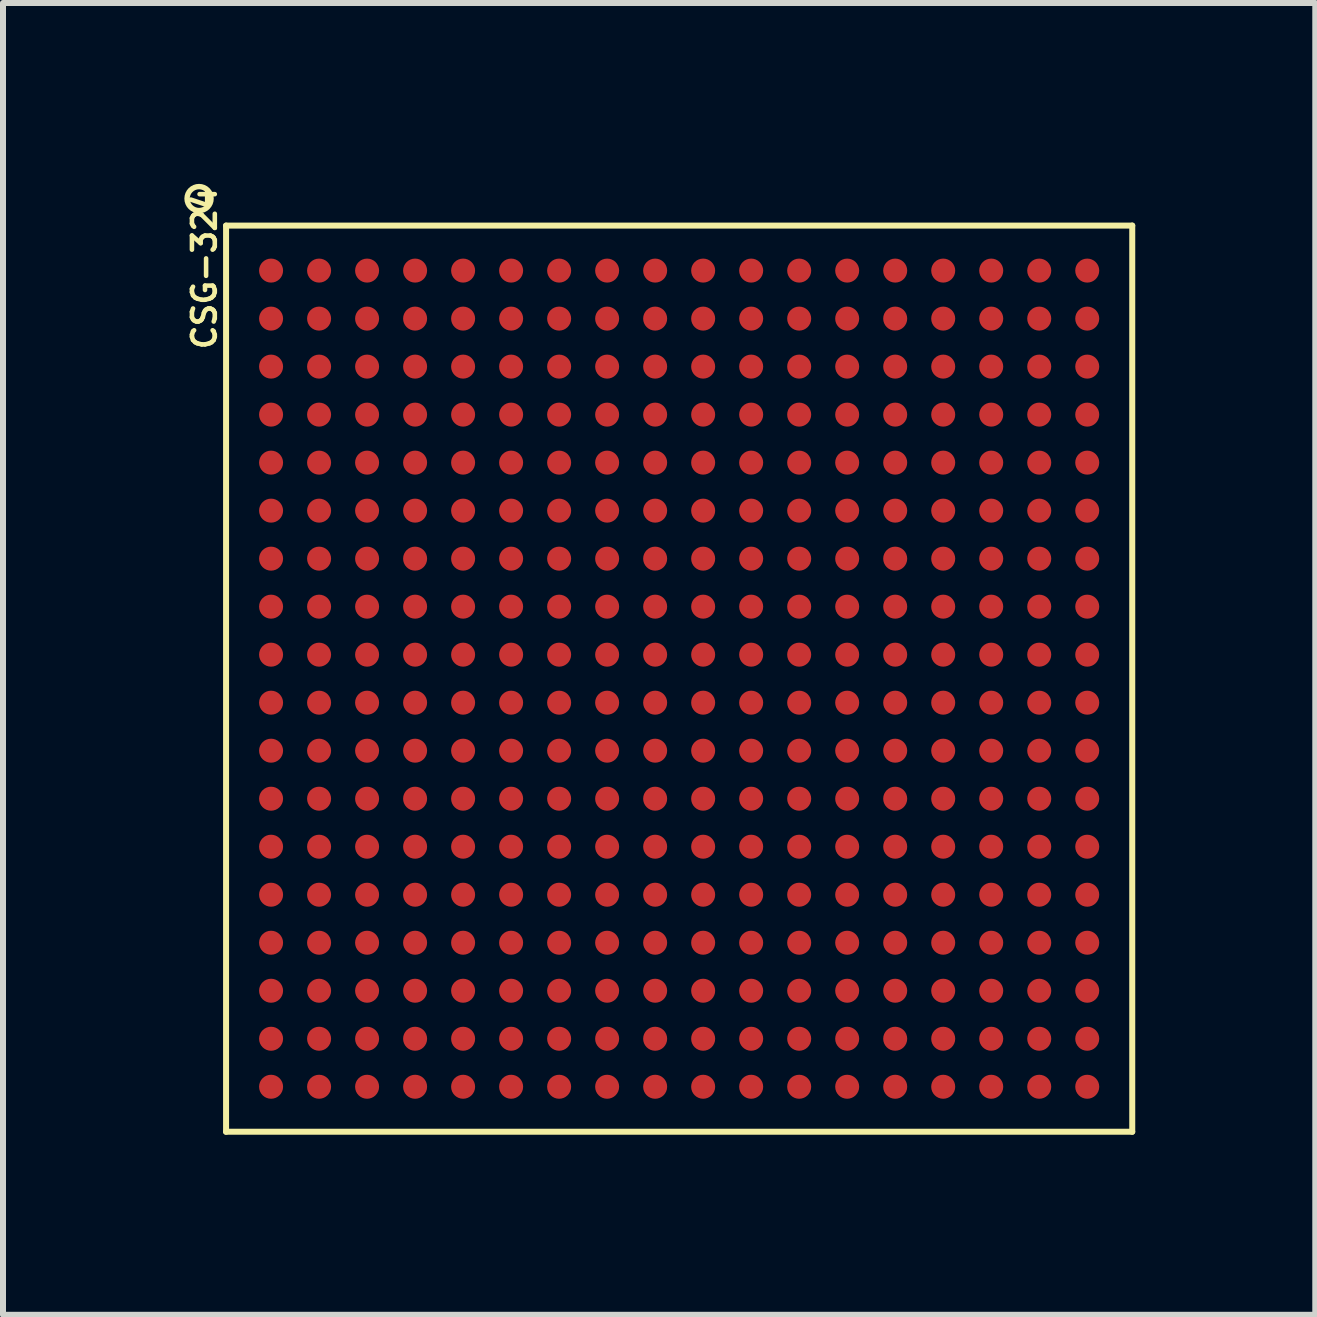
<source format=kicad_pcb>
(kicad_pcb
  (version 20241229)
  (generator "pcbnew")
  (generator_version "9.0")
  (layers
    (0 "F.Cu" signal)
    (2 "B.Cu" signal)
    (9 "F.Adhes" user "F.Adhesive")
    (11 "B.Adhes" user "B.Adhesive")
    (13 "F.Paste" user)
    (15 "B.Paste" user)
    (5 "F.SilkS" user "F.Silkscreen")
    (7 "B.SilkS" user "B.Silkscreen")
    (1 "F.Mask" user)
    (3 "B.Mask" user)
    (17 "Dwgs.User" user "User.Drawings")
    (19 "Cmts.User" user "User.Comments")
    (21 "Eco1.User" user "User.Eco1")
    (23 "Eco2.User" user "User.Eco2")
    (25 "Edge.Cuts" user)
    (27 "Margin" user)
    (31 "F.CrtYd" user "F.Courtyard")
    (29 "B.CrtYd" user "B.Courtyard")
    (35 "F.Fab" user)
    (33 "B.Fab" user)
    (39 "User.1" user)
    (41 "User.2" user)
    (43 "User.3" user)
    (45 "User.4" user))
  (footprint "CSG-324"
    (layer "F.Cu")
    (at 8.267 8.259)
    (property "Reference" "CSG-324" (at -7.91 -6.84 270) (layer "F.SilkS") (effects (font (size 0.381 0.381) (thickness 0.076))))
    (attr smd)
    (fp_line (start -7.55 -7.55) (end -7.55 7.55) (stroke (width 0.1) (type solid)) (layer "F.SilkS"))
    (fp_line (start -7.55 7.55) (end 7.55 7.55) (stroke (width 0.1) (type solid)) (layer "F.SilkS"))
    (fp_line (start 7.55 -7.55) (end -7.55 -7.55) (stroke (width 0.1) (type solid)) (layer "F.SilkS"))
    (fp_line (start 7.55 7.55) (end 7.55 -7.55) (stroke (width 0.1) (type solid)) (layer "F.SilkS"))
    (fp_circle (center -8 -8) (end -8.2 -8) (stroke (width 0.09) (type solid)) (fill no) (layer "F.SilkS"))
    (pad "A1" smd circle (at -6.8 -6.8) (size 0.4 0.4) (layers "F.Cu" "F.Mask" "F.Paste"))
    (pad "A2" smd circle (at -6 -6.8) (size 0.4 0.4) (layers "F.Cu" "F.Mask" "F.Paste"))
    (pad "A3" smd circle (at -5.2 -6.8) (size 0.4 0.4) (layers "F.Cu" "F.Mask" "F.Paste"))
    (pad "A4" smd circle (at -4.4 -6.8) (size 0.4 0.4) (layers "F.Cu" "F.Mask" "F.Paste"))
    (pad "A5" smd circle (at -3.6 -6.8) (size 0.4 0.4) (layers "F.Cu" "F.Mask" "F.Paste"))
    (pad "A6" smd circle (at -2.8 -6.8) (size 0.4 0.4) (layers "F.Cu" "F.Mask" "F.Paste"))
    (pad "A7" smd circle (at -2 -6.8) (size 0.4 0.4) (layers "F.Cu" "F.Mask" "F.Paste"))
    (pad "A8" smd circle (at -1.2 -6.8) (size 0.4 0.4) (layers "F.Cu" "F.Mask" "F.Paste"))
    (pad "A9" smd circle (at -0.4 -6.8) (size 0.4 0.4) (layers "F.Cu" "F.Mask" "F.Paste"))
    (pad "A10" smd circle (at 0.4 -6.8) (size 0.4 0.4) (layers "F.Cu" "F.Mask" "F.Paste"))
    (pad "A11" smd circle (at 1.2 -6.8) (size 0.4 0.4) (layers "F.Cu" "F.Mask" "F.Paste"))
    (pad "A12" smd circle (at 2 -6.8) (size 0.4 0.4) (layers "F.Cu" "F.Mask" "F.Paste"))
    (pad "A13" smd circle (at 2.8 -6.8) (size 0.4 0.4) (layers "F.Cu" "F.Mask" "F.Paste"))
    (pad "A14" smd circle (at 3.6 -6.8) (size 0.4 0.4) (layers "F.Cu" "F.Mask" "F.Paste"))
    (pad "A15" smd circle (at 4.4 -6.8) (size 0.4 0.4) (layers "F.Cu" "F.Mask" "F.Paste"))
    (pad "A16" smd circle (at 5.2 -6.8) (size 0.4 0.4) (layers "F.Cu" "F.Mask" "F.Paste"))
    (pad "A17" smd circle (at 6 -6.8) (size 0.4 0.4) (layers "F.Cu" "F.Mask" "F.Paste"))
    (pad "A18" smd circle (at 6.8 -6.8) (size 0.4 0.4) (layers "F.Cu" "F.Mask" "F.Paste"))
    (pad "B1" smd circle (at -6.8 -6) (size 0.4 0.4) (layers "F.Cu" "F.Mask" "F.Paste"))
    (pad "B2" smd circle (at -6 -6) (size 0.4 0.4) (layers "F.Cu" "F.Mask" "F.Paste"))
    (pad "B3" smd circle (at -5.2 -6) (size 0.4 0.4) (layers "F.Cu" "F.Mask" "F.Paste"))
    (pad "B4" smd circle (at -4.4 -6) (size 0.4 0.4) (layers "F.Cu" "F.Mask" "F.Paste"))
    (pad "B5" smd circle (at -3.6 -6) (size 0.4 0.4) (layers "F.Cu" "F.Mask" "F.Paste"))
    (pad "B6" smd circle (at -2.8 -6) (size 0.4 0.4) (layers "F.Cu" "F.Mask" "F.Paste"))
    (pad "B7" smd circle (at -2 -6) (size 0.4 0.4) (layers "F.Cu" "F.Mask" "F.Paste"))
    (pad "B8" smd circle (at -1.2 -6) (size 0.4 0.4) (layers "F.Cu" "F.Mask" "F.Paste"))
    (pad "B9" smd circle (at -0.4 -6) (size 0.4 0.4) (layers "F.Cu" "F.Mask" "F.Paste"))
    (pad "B10" smd circle (at 0.4 -6) (size 0.4 0.4) (layers "F.Cu" "F.Mask" "F.Paste"))
    (pad "B11" smd circle (at 1.2 -6) (size 0.4 0.4) (layers "F.Cu" "F.Mask" "F.Paste"))
    (pad "B12" smd circle (at 2 -6) (size 0.4 0.4) (layers "F.Cu" "F.Mask" "F.Paste"))
    (pad "B13" smd circle (at 2.8 -6) (size 0.4 0.4) (layers "F.Cu" "F.Mask" "F.Paste"))
    (pad "B14" smd circle (at 3.6 -6) (size 0.4 0.4) (layers "F.Cu" "F.Mask" "F.Paste"))
    (pad "B15" smd circle (at 4.4 -6) (size 0.4 0.4) (layers "F.Cu" "F.Mask" "F.Paste"))
    (pad "B16" smd circle (at 5.2 -6) (size 0.4 0.4) (layers "F.Cu" "F.Mask" "F.Paste"))
    (pad "B17" smd circle (at 6 -6) (size 0.4 0.4) (layers "F.Cu" "F.Mask" "F.Paste"))
    (pad "B18" smd circle (at 6.8 -6) (size 0.4 0.4) (layers "F.Cu" "F.Mask" "F.Paste"))
    (pad "C1" smd circle (at -6.8 -5.2) (size 0.4 0.4) (layers "F.Cu" "F.Mask" "F.Paste"))
    (pad "C2" smd circle (at -6 -5.2) (size 0.4 0.4) (layers "F.Cu" "F.Mask" "F.Paste"))
    (pad "C3" smd circle (at -5.2 -5.2) (size 0.4 0.4) (layers "F.Cu" "F.Mask" "F.Paste"))
    (pad "C4" smd circle (at -4.4 -5.2) (size 0.4 0.4) (layers "F.Cu" "F.Mask" "F.Paste"))
    (pad "C5" smd circle (at -3.6 -5.2) (size 0.4 0.4) (layers "F.Cu" "F.Mask" "F.Paste"))
    (pad "C6" smd circle (at -2.8 -5.2) (size 0.4 0.4) (layers "F.Cu" "F.Mask" "F.Paste"))
    (pad "C7" smd circle (at -2 -5.2) (size 0.4 0.4) (layers "F.Cu" "F.Mask" "F.Paste"))
    (pad "C8" smd circle (at -1.2 -5.2) (size 0.4 0.4) (layers "F.Cu" "F.Mask" "F.Paste"))
    (pad "C9" smd circle (at -0.4 -5.2) (size 0.4 0.4) (layers "F.Cu" "F.Mask" "F.Paste"))
    (pad "C10" smd circle (at 0.4 -5.2) (size 0.4 0.4) (layers "F.Cu" "F.Mask" "F.Paste"))
    (pad "C11" smd circle (at 1.2 -5.2) (size 0.4 0.4) (layers "F.Cu" "F.Mask" "F.Paste"))
    (pad "C12" smd circle (at 2 -5.2) (size 0.4 0.4) (layers "F.Cu" "F.Mask" "F.Paste"))
    (pad "C13" smd circle (at 2.8 -5.2) (size 0.4 0.4) (layers "F.Cu" "F.Mask" "F.Paste"))
    (pad "C14" smd circle (at 3.6 -5.2) (size 0.4 0.4) (layers "F.Cu" "F.Mask" "F.Paste"))
    (pad "C15" smd circle (at 4.4 -5.2) (size 0.4 0.4) (layers "F.Cu" "F.Mask" "F.Paste"))
    (pad "C16" smd circle (at 5.2 -5.2) (size 0.4 0.4) (layers "F.Cu" "F.Mask" "F.Paste"))
    (pad "C17" smd circle (at 6 -5.2) (size 0.4 0.4) (layers "F.Cu" "F.Mask" "F.Paste"))
    (pad "C18" smd circle (at 6.8 -5.2) (size 0.4 0.4) (layers "F.Cu" "F.Mask" "F.Paste"))
    (pad "D1" smd circle (at -6.8 -4.4) (size 0.4 0.4) (layers "F.Cu" "F.Mask" "F.Paste"))
    (pad "D2" smd circle (at -6 -4.4) (size 0.4 0.4) (layers "F.Cu" "F.Mask" "F.Paste"))
    (pad "D3" smd circle (at -5.2 -4.4) (size 0.4 0.4) (layers "F.Cu" "F.Mask" "F.Paste"))
    (pad "D4" smd circle (at -4.4 -4.4) (size 0.4 0.4) (layers "F.Cu" "F.Mask" "F.Paste"))
    (pad "D5" smd circle (at -3.6 -4.4) (size 0.4 0.4) (layers "F.Cu" "F.Mask" "F.Paste"))
    (pad "D6" smd circle (at -2.8 -4.4) (size 0.4 0.4) (layers "F.Cu" "F.Mask" "F.Paste"))
    (pad "D7" smd circle (at -2 -4.4) (size 0.4 0.4) (layers "F.Cu" "F.Mask" "F.Paste"))
    (pad "D8" smd circle (at -1.2 -4.4) (size 0.4 0.4) (layers "F.Cu" "F.Mask" "F.Paste"))
    (pad "D9" smd circle (at -0.4 -4.4) (size 0.4 0.4) (layers "F.Cu" "F.Mask" "F.Paste"))
    (pad "D10" smd circle (at 0.4 -4.4) (size 0.4 0.4) (layers "F.Cu" "F.Mask" "F.Paste"))
    (pad "D11" smd circle (at 1.2 -4.4) (size 0.4 0.4) (layers "F.Cu" "F.Mask" "F.Paste"))
    (pad "D12" smd circle (at 2 -4.4) (size 0.4 0.4) (layers "F.Cu" "F.Mask" "F.Paste"))
    (pad "D13" smd circle (at 2.8 -4.4) (size 0.4 0.4) (layers "F.Cu" "F.Mask" "F.Paste"))
    (pad "D14" smd circle (at 3.6 -4.4) (size 0.4 0.4) (layers "F.Cu" "F.Mask" "F.Paste"))
    (pad "D15" smd circle (at 4.4 -4.4) (size 0.4 0.4) (layers "F.Cu" "F.Mask" "F.Paste"))
    (pad "D16" smd circle (at 5.2 -4.4) (size 0.4 0.4) (layers "F.Cu" "F.Mask" "F.Paste"))
    (pad "D17" smd circle (at 6 -4.4) (size 0.4 0.4) (layers "F.Cu" "F.Mask" "F.Paste"))
    (pad "D18" smd circle (at 6.8 -4.4) (size 0.4 0.4) (layers "F.Cu" "F.Mask" "F.Paste"))
    (pad "E1" smd circle (at -6.8 -3.6) (size 0.4 0.4) (layers "F.Cu" "F.Mask" "F.Paste"))
    (pad "E2" smd circle (at -6 -3.6) (size 0.4 0.4) (layers "F.Cu" "F.Mask" "F.Paste"))
    (pad "E3" smd circle (at -5.2 -3.6) (size 0.4 0.4) (layers "F.Cu" "F.Mask" "F.Paste"))
    (pad "E4" smd circle (at -4.4 -3.6) (size 0.4 0.4) (layers "F.Cu" "F.Mask" "F.Paste"))
    (pad "E5" smd circle (at -3.6 -3.6) (size 0.4 0.4) (layers "F.Cu" "F.Mask" "F.Paste"))
    (pad "E6" smd circle (at -2.8 -3.6) (size 0.4 0.4) (layers "F.Cu" "F.Mask" "F.Paste"))
    (pad "E7" smd circle (at -2 -3.6) (size 0.4 0.4) (layers "F.Cu" "F.Mask" "F.Paste"))
    (pad "E8" smd circle (at -1.2 -3.6) (size 0.4 0.4) (layers "F.Cu" "F.Mask" "F.Paste"))
    (pad "E9" smd circle (at -0.4 -3.6) (size 0.4 0.4) (layers "F.Cu" "F.Mask" "F.Paste"))
    (pad "E10" smd circle (at 0.4 -3.6) (size 0.4 0.4) (layers "F.Cu" "F.Mask" "F.Paste"))
    (pad "E11" smd circle (at 1.2 -3.6) (size 0.4 0.4) (layers "F.Cu" "F.Mask" "F.Paste"))
    (pad "E12" smd circle (at 2 -3.6) (size 0.4 0.4) (layers "F.Cu" "F.Mask" "F.Paste"))
    (pad "E13" smd circle (at 2.8 -3.6) (size 0.4 0.4) (layers "F.Cu" "F.Mask" "F.Paste"))
    (pad "E14" smd circle (at 3.6 -3.6) (size 0.4 0.4) (layers "F.Cu" "F.Mask" "F.Paste"))
    (pad "E15" smd circle (at 4.4 -3.6) (size 0.4 0.4) (layers "F.Cu" "F.Mask" "F.Paste"))
    (pad "E16" smd circle (at 5.2 -3.6) (size 0.4 0.4) (layers "F.Cu" "F.Mask" "F.Paste"))
    (pad "E17" smd circle (at 6 -3.6) (size 0.4 0.4) (layers "F.Cu" "F.Mask" "F.Paste"))
    (pad "E18" smd circle (at 6.8 -3.6) (size 0.4 0.4) (layers "F.Cu" "F.Mask" "F.Paste"))
    (pad "F1" smd circle (at -6.8 -2.8) (size 0.4 0.4) (layers "F.Cu" "F.Mask" "F.Paste"))
    (pad "F2" smd circle (at -6 -2.8) (size 0.4 0.4) (layers "F.Cu" "F.Mask" "F.Paste"))
    (pad "F3" smd circle (at -5.2 -2.8) (size 0.4 0.4) (layers "F.Cu" "F.Mask" "F.Paste"))
    (pad "F4" smd circle (at -4.4 -2.8) (size 0.4 0.4) (layers "F.Cu" "F.Mask" "F.Paste"))
    (pad "F5" smd circle (at -3.6 -2.8) (size 0.4 0.4) (layers "F.Cu" "F.Mask" "F.Paste"))
    (pad "F6" smd circle (at -2.8 -2.8) (size 0.4 0.4) (layers "F.Cu" "F.Mask" "F.Paste"))
    (pad "F7" smd circle (at -2 -2.8) (size 0.4 0.4) (layers "F.Cu" "F.Mask" "F.Paste"))
    (pad "F8" smd circle (at -1.2 -2.8) (size 0.4 0.4) (layers "F.Cu" "F.Mask" "F.Paste"))
    (pad "F9" smd circle (at -0.4 -2.8) (size 0.4 0.4) (layers "F.Cu" "F.Mask" "F.Paste"))
    (pad "F10" smd circle (at 0.4 -2.8) (size 0.4 0.4) (layers "F.Cu" "F.Mask" "F.Paste"))
    (pad "F11" smd circle (at 1.2 -2.8) (size 0.4 0.4) (layers "F.Cu" "F.Mask" "F.Paste"))
    (pad "F12" smd circle (at 2 -2.8) (size 0.4 0.4) (layers "F.Cu" "F.Mask" "F.Paste"))
    (pad "F13" smd circle (at 2.8 -2.8) (size 0.4 0.4) (layers "F.Cu" "F.Mask" "F.Paste"))
    (pad "F14" smd circle (at 3.6 -2.8) (size 0.4 0.4) (layers "F.Cu" "F.Mask" "F.Paste"))
    (pad "F15" smd circle (at 4.4 -2.8) (size 0.4 0.4) (layers "F.Cu" "F.Mask" "F.Paste"))
    (pad "F16" smd circle (at 5.2 -2.8) (size 0.4 0.4) (layers "F.Cu" "F.Mask" "F.Paste"))
    (pad "F17" smd circle (at 6 -2.8) (size 0.4 0.4) (layers "F.Cu" "F.Mask" "F.Paste"))
    (pad "F18" smd circle (at 6.8 -2.8) (size 0.4 0.4) (layers "F.Cu" "F.Mask" "F.Paste"))
    (pad "G1" smd circle (at -6.8 -2) (size 0.4 0.4) (layers "F.Cu" "F.Mask" "F.Paste"))
    (pad "G2" smd circle (at -6 -2) (size 0.4 0.4) (layers "F.Cu" "F.Mask" "F.Paste"))
    (pad "G3" smd circle (at -5.2 -2) (size 0.4 0.4) (layers "F.Cu" "F.Mask" "F.Paste"))
    (pad "G4" smd circle (at -4.4 -2) (size 0.4 0.4) (layers "F.Cu" "F.Mask" "F.Paste"))
    (pad "G5" smd circle (at -3.6 -2) (size 0.4 0.4) (layers "F.Cu" "F.Mask" "F.Paste"))
    (pad "G6" smd circle (at -2.8 -2) (size 0.4 0.4) (layers "F.Cu" "F.Mask" "F.Paste"))
    (pad "G7" smd circle (at -2 -2) (size 0.4 0.4) (layers "F.Cu" "F.Mask" "F.Paste"))
    (pad "G8" smd circle (at -1.2 -2) (size 0.4 0.4) (layers "F.Cu" "F.Mask" "F.Paste"))
    (pad "G9" smd circle (at -0.4 -2) (size 0.4 0.4) (layers "F.Cu" "F.Mask" "F.Paste"))
    (pad "G10" smd circle (at 0.4 -2) (size 0.4 0.4) (layers "F.Cu" "F.Mask" "F.Paste"))
    (pad "G11" smd circle (at 1.2 -2) (size 0.4 0.4) (layers "F.Cu" "F.Mask" "F.Paste"))
    (pad "G12" smd circle (at 2 -2) (size 0.4 0.4) (layers "F.Cu" "F.Mask" "F.Paste"))
    (pad "G13" smd circle (at 2.8 -2) (size 0.4 0.4) (layers "F.Cu" "F.Mask" "F.Paste"))
    (pad "G14" smd circle (at 3.6 -2) (size 0.4 0.4) (layers "F.Cu" "F.Mask" "F.Paste"))
    (pad "G15" smd circle (at 4.4 -2) (size 0.4 0.4) (layers "F.Cu" "F.Mask" "F.Paste"))
    (pad "G16" smd circle (at 5.2 -2) (size 0.4 0.4) (layers "F.Cu" "F.Mask" "F.Paste"))
    (pad "G17" smd circle (at 6 -2) (size 0.4 0.4) (layers "F.Cu" "F.Mask" "F.Paste"))
    (pad "G18" smd circle (at 6.8 -2) (size 0.4 0.4) (layers "F.Cu" "F.Mask" "F.Paste"))
    (pad "H1" smd circle (at -6.8 -1.2) (size 0.4 0.4) (layers "F.Cu" "F.Mask" "F.Paste"))
    (pad "H2" smd circle (at -6 -1.2) (size 0.4 0.4) (layers "F.Cu" "F.Mask" "F.Paste"))
    (pad "H3" smd circle (at -5.2 -1.2) (size 0.4 0.4) (layers "F.Cu" "F.Mask" "F.Paste"))
    (pad "H4" smd circle (at -4.4 -1.2) (size 0.4 0.4) (layers "F.Cu" "F.Mask" "F.Paste"))
    (pad "H5" smd circle (at -3.6 -1.2) (size 0.4 0.4) (layers "F.Cu" "F.Mask" "F.Paste"))
    (pad "H6" smd circle (at -2.8 -1.2) (size 0.4 0.4) (layers "F.Cu" "F.Mask" "F.Paste"))
    (pad "H7" smd circle (at -2 -1.2) (size 0.4 0.4) (layers "F.Cu" "F.Mask" "F.Paste"))
    (pad "H8" smd circle (at -1.2 -1.2) (size 0.4 0.4) (layers "F.Cu" "F.Mask" "F.Paste"))
    (pad "H9" smd circle (at -0.4 -1.2) (size 0.4 0.4) (layers "F.Cu" "F.Mask" "F.Paste"))
    (pad "H10" smd circle (at 0.4 -1.2) (size 0.4 0.4) (layers "F.Cu" "F.Mask" "F.Paste"))
    (pad "H11" smd circle (at 1.2 -1.2) (size 0.4 0.4) (layers "F.Cu" "F.Mask" "F.Paste"))
    (pad "H12" smd circle (at 2 -1.2) (size 0.4 0.4) (layers "F.Cu" "F.Mask" "F.Paste"))
    (pad "H13" smd circle (at 2.8 -1.2) (size 0.4 0.4) (layers "F.Cu" "F.Mask" "F.Paste"))
    (pad "H14" smd circle (at 3.6 -1.2) (size 0.4 0.4) (layers "F.Cu" "F.Mask" "F.Paste"))
    (pad "H15" smd circle (at 4.4 -1.2) (size 0.4 0.4) (layers "F.Cu" "F.Mask" "F.Paste"))
    (pad "H16" smd circle (at 5.2 -1.2) (size 0.4 0.4) (layers "F.Cu" "F.Mask" "F.Paste"))
    (pad "H17" smd circle (at 6 -1.2) (size 0.4 0.4) (layers "F.Cu" "F.Mask" "F.Paste"))
    (pad "H18" smd circle (at 6.8 -1.2) (size 0.4 0.4) (layers "F.Cu" "F.Mask" "F.Paste"))
    (pad "J1" smd circle (at -6.8 -0.4) (size 0.4 0.4) (layers "F.Cu" "F.Mask" "F.Paste"))
    (pad "J2" smd circle (at -6 -0.4) (size 0.4 0.4) (layers "F.Cu" "F.Mask" "F.Paste"))
    (pad "J3" smd circle (at -5.2 -0.4) (size 0.4 0.4) (layers "F.Cu" "F.Mask" "F.Paste"))
    (pad "J4" smd circle (at -4.4 -0.4) (size 0.4 0.4) (layers "F.Cu" "F.Mask" "F.Paste"))
    (pad "J5" smd circle (at -3.6 -0.4) (size 0.4 0.4) (layers "F.Cu" "F.Mask" "F.Paste"))
    (pad "J6" smd circle (at -2.8 -0.4) (size 0.4 0.4) (layers "F.Cu" "F.Mask" "F.Paste"))
    (pad "J7" smd circle (at -2 -0.4) (size 0.4 0.4) (layers "F.Cu" "F.Mask" "F.Paste"))
    (pad "J8" smd circle (at -1.2 -0.4) (size 0.4 0.4) (layers "F.Cu" "F.Mask" "F.Paste"))
    (pad "J9" smd circle (at -0.4 -0.4) (size 0.4 0.4) (layers "F.Cu" "F.Mask" "F.Paste"))
    (pad "J10" smd circle (at 0.4 -0.4) (size 0.4 0.4) (layers "F.Cu" "F.Mask" "F.Paste"))
    (pad "J11" smd circle (at 1.2 -0.4) (size 0.4 0.4) (layers "F.Cu" "F.Mask" "F.Paste"))
    (pad "J12" smd circle (at 2 -0.4) (size 0.4 0.4) (layers "F.Cu" "F.Mask" "F.Paste"))
    (pad "J13" smd circle (at 2.8 -0.4) (size 0.4 0.4) (layers "F.Cu" "F.Mask" "F.Paste"))
    (pad "J14" smd circle (at 3.6 -0.4) (size 0.4 0.4) (layers "F.Cu" "F.Mask" "F.Paste"))
    (pad "J15" smd circle (at 4.4 -0.4) (size 0.4 0.4) (layers "F.Cu" "F.Mask" "F.Paste"))
    (pad "J16" smd circle (at 5.2 -0.4) (size 0.4 0.4) (layers "F.Cu" "F.Mask" "F.Paste"))
    (pad "J17" smd circle (at 6 -0.4) (size 0.4 0.4) (layers "F.Cu" "F.Mask" "F.Paste"))
    (pad "J18" smd circle (at 6.8 -0.4) (size 0.4 0.4) (layers "F.Cu" "F.Mask" "F.Paste"))
    (pad "K1" smd circle (at -6.8 0.4) (size 0.4 0.4) (layers "F.Cu" "F.Mask" "F.Paste"))
    (pad "K2" smd circle (at -6 0.4) (size 0.4 0.4) (layers "F.Cu" "F.Mask" "F.Paste"))
    (pad "K3" smd circle (at -5.2 0.4) (size 0.4 0.4) (layers "F.Cu" "F.Mask" "F.Paste"))
    (pad "K4" smd circle (at -4.4 0.4) (size 0.4 0.4) (layers "F.Cu" "F.Mask" "F.Paste"))
    (pad "K5" smd circle (at -3.6 0.4) (size 0.4 0.4) (layers "F.Cu" "F.Mask" "F.Paste"))
    (pad "K6" smd circle (at -2.8 0.4) (size 0.4 0.4) (layers "F.Cu" "F.Mask" "F.Paste"))
    (pad "K7" smd circle (at -2 0.4) (size 0.4 0.4) (layers "F.Cu" "F.Mask" "F.Paste"))
    (pad "K8" smd circle (at -1.2 0.4) (size 0.4 0.4) (layers "F.Cu" "F.Mask" "F.Paste"))
    (pad "K9" smd circle (at -0.4 0.4) (size 0.4 0.4) (layers "F.Cu" "F.Mask" "F.Paste"))
    (pad "K10" smd circle (at 0.4 0.4) (size 0.4 0.4) (layers "F.Cu" "F.Mask" "F.Paste"))
    (pad "K11" smd circle (at 1.2 0.4) (size 0.4 0.4) (layers "F.Cu" "F.Mask" "F.Paste"))
    (pad "K12" smd circle (at 2 0.4) (size 0.4 0.4) (layers "F.Cu" "F.Mask" "F.Paste"))
    (pad "K13" smd circle (at 2.8 0.4) (size 0.4 0.4) (layers "F.Cu" "F.Mask" "F.Paste"))
    (pad "K14" smd circle (at 3.6 0.4) (size 0.4 0.4) (layers "F.Cu" "F.Mask" "F.Paste"))
    (pad "K15" smd circle (at 4.4 0.4) (size 0.4 0.4) (layers "F.Cu" "F.Mask" "F.Paste"))
    (pad "K16" smd circle (at 5.2 0.4) (size 0.4 0.4) (layers "F.Cu" "F.Mask" "F.Paste"))
    (pad "K17" smd circle (at 6 0.4) (size 0.4 0.4) (layers "F.Cu" "F.Mask" "F.Paste"))
    (pad "K18" smd circle (at 6.8 0.4) (size 0.4 0.4) (layers "F.Cu" "F.Mask" "F.Paste"))
    (pad "L1" smd circle (at -6.8 1.2) (size 0.4 0.4) (layers "F.Cu" "F.Mask" "F.Paste"))
    (pad "L2" smd circle (at -6 1.2) (size 0.4 0.4) (layers "F.Cu" "F.Mask" "F.Paste"))
    (pad "L3" smd circle (at -5.2 1.2) (size 0.4 0.4) (layers "F.Cu" "F.Mask" "F.Paste"))
    (pad "L4" smd circle (at -4.4 1.2) (size 0.4 0.4) (layers "F.Cu" "F.Mask" "F.Paste"))
    (pad "L5" smd circle (at -3.6 1.2) (size 0.4 0.4) (layers "F.Cu" "F.Mask" "F.Paste"))
    (pad "L6" smd circle (at -2.8 1.2) (size 0.4 0.4) (layers "F.Cu" "F.Mask" "F.Paste"))
    (pad "L7" smd circle (at -2 1.2) (size 0.4 0.4) (layers "F.Cu" "F.Mask" "F.Paste"))
    (pad "L8" smd circle (at -1.2 1.2) (size 0.4 0.4) (layers "F.Cu" "F.Mask" "F.Paste"))
    (pad "L9" smd circle (at -0.4 1.2) (size 0.4 0.4) (layers "F.Cu" "F.Mask" "F.Paste"))
    (pad "L10" smd circle (at 0.4 1.2) (size 0.4 0.4) (layers "F.Cu" "F.Mask" "F.Paste"))
    (pad "L11" smd circle (at 1.2 1.2) (size 0.4 0.4) (layers "F.Cu" "F.Mask" "F.Paste"))
    (pad "L12" smd circle (at 2 1.2) (size 0.4 0.4) (layers "F.Cu" "F.Mask" "F.Paste"))
    (pad "L13" smd circle (at 2.8 1.2) (size 0.4 0.4) (layers "F.Cu" "F.Mask" "F.Paste"))
    (pad "L14" smd circle (at 3.6 1.2) (size 0.4 0.4) (layers "F.Cu" "F.Mask" "F.Paste"))
    (pad "L15" smd circle (at 4.4 1.2) (size 0.4 0.4) (layers "F.Cu" "F.Mask" "F.Paste"))
    (pad "L16" smd circle (at 5.2 1.2) (size 0.4 0.4) (layers "F.Cu" "F.Mask" "F.Paste"))
    (pad "L17" smd circle (at 6 1.2) (size 0.4 0.4) (layers "F.Cu" "F.Mask" "F.Paste"))
    (pad "L18" smd circle (at 6.8 1.2) (size 0.4 0.4) (layers "F.Cu" "F.Mask" "F.Paste"))
    (pad "M1" smd circle (at -6.8 2) (size 0.4 0.4) (layers "F.Cu" "F.Mask" "F.Paste"))
    (pad "M2" smd circle (at -6 2) (size 0.4 0.4) (layers "F.Cu" "F.Mask" "F.Paste"))
    (pad "M3" smd circle (at -5.2 2) (size 0.4 0.4) (layers "F.Cu" "F.Mask" "F.Paste"))
    (pad "M4" smd circle (at -4.4 2) (size 0.4 0.4) (layers "F.Cu" "F.Mask" "F.Paste"))
    (pad "M5" smd circle (at -3.6 2) (size 0.4 0.4) (layers "F.Cu" "F.Mask" "F.Paste"))
    (pad "M6" smd circle (at -2.8 2) (size 0.4 0.4) (layers "F.Cu" "F.Mask" "F.Paste"))
    (pad "M7" smd circle (at -2 2) (size 0.4 0.4) (layers "F.Cu" "F.Mask" "F.Paste"))
    (pad "M8" smd circle (at -1.2 2) (size 0.4 0.4) (layers "F.Cu" "F.Mask" "F.Paste"))
    (pad "M9" smd circle (at -0.4 2) (size 0.4 0.4) (layers "F.Cu" "F.Mask" "F.Paste"))
    (pad "M10" smd circle (at 0.4 2) (size 0.4 0.4) (layers "F.Cu" "F.Mask" "F.Paste"))
    (pad "M11" smd circle (at 1.2 2) (size 0.4 0.4) (layers "F.Cu" "F.Mask" "F.Paste"))
    (pad "M12" smd circle (at 2 2) (size 0.4 0.4) (layers "F.Cu" "F.Mask" "F.Paste"))
    (pad "M13" smd circle (at 2.8 2) (size 0.4 0.4) (layers "F.Cu" "F.Mask" "F.Paste"))
    (pad "M14" smd circle (at 3.6 2) (size 0.4 0.4) (layers "F.Cu" "F.Mask" "F.Paste"))
    (pad "M15" smd circle (at 4.4 2) (size 0.4 0.4) (layers "F.Cu" "F.Mask" "F.Paste"))
    (pad "M16" smd circle (at 5.2 2) (size 0.4 0.4) (layers "F.Cu" "F.Mask" "F.Paste"))
    (pad "M17" smd circle (at 6 2) (size 0.4 0.4) (layers "F.Cu" "F.Mask" "F.Paste"))
    (pad "M18" smd circle (at 6.8 2) (size 0.4 0.4) (layers "F.Cu" "F.Mask" "F.Paste"))
    (pad "N1" smd circle (at -6.8 2.8) (size 0.4 0.4) (layers "F.Cu" "F.Mask" "F.Paste"))
    (pad "N2" smd circle (at -6 2.8) (size 0.4 0.4) (layers "F.Cu" "F.Mask" "F.Paste"))
    (pad "N3" smd circle (at -5.2 2.8) (size 0.4 0.4) (layers "F.Cu" "F.Mask" "F.Paste"))
    (pad "N4" smd circle (at -4.4 2.8) (size 0.4 0.4) (layers "F.Cu" "F.Mask" "F.Paste"))
    (pad "N5" smd circle (at -3.6 2.8) (size 0.4 0.4) (layers "F.Cu" "F.Mask" "F.Paste"))
    (pad "N6" smd circle (at -2.8 2.8) (size 0.4 0.4) (layers "F.Cu" "F.Mask" "F.Paste"))
    (pad "N7" smd circle (at -2 2.8) (size 0.4 0.4) (layers "F.Cu" "F.Mask" "F.Paste"))
    (pad "N8" smd circle (at -1.2 2.8) (size 0.4 0.4) (layers "F.Cu" "F.Mask" "F.Paste"))
    (pad "N9" smd circle (at -0.4 2.8) (size 0.4 0.4) (layers "F.Cu" "F.Mask" "F.Paste"))
    (pad "N10" smd circle (at 0.4 2.8) (size 0.4 0.4) (layers "F.Cu" "F.Mask" "F.Paste"))
    (pad "N11" smd circle (at 1.2 2.8) (size 0.4 0.4) (layers "F.Cu" "F.Mask" "F.Paste"))
    (pad "N12" smd circle (at 2 2.8) (size 0.4 0.4) (layers "F.Cu" "F.Mask" "F.Paste"))
    (pad "N13" smd circle (at 2.8 2.8) (size 0.4 0.4) (layers "F.Cu" "F.Mask" "F.Paste"))
    (pad "N14" smd circle (at 3.6 2.8) (size 0.4 0.4) (layers "F.Cu" "F.Mask" "F.Paste"))
    (pad "N15" smd circle (at 4.4 2.8) (size 0.4 0.4) (layers "F.Cu" "F.Mask" "F.Paste"))
    (pad "N16" smd circle (at 5.2 2.8) (size 0.4 0.4) (layers "F.Cu" "F.Mask" "F.Paste"))
    (pad "N17" smd circle (at 6 2.8) (size 0.4 0.4) (layers "F.Cu" "F.Mask" "F.Paste"))
    (pad "N18" smd circle (at 6.8 2.8) (size 0.4 0.4) (layers "F.Cu" "F.Mask" "F.Paste"))
    (pad "P1" smd circle (at -6.8 3.6) (size 0.4 0.4) (layers "F.Cu" "F.Mask" "F.Paste"))
    (pad "P2" smd circle (at -6 3.6) (size 0.4 0.4) (layers "F.Cu" "F.Mask" "F.Paste"))
    (pad "P3" smd circle (at -5.2 3.6) (size 0.4 0.4) (layers "F.Cu" "F.Mask" "F.Paste"))
    (pad "P4" smd circle (at -4.4 3.6) (size 0.4 0.4) (layers "F.Cu" "F.Mask" "F.Paste"))
    (pad "P5" smd circle (at -3.6 3.6) (size 0.4 0.4) (layers "F.Cu" "F.Mask" "F.Paste"))
    (pad "P6" smd circle (at -2.8 3.6) (size 0.4 0.4) (layers "F.Cu" "F.Mask" "F.Paste"))
    (pad "P7" smd circle (at -2 3.6) (size 0.4 0.4) (layers "F.Cu" "F.Mask" "F.Paste"))
    (pad "P8" smd circle (at -1.2 3.6) (size 0.4 0.4) (layers "F.Cu" "F.Mask" "F.Paste"))
    (pad "P9" smd circle (at -0.4 3.6) (size 0.4 0.4) (layers "F.Cu" "F.Mask" "F.Paste"))
    (pad "P10" smd circle (at 0.4 3.6) (size 0.4 0.4) (layers "F.Cu" "F.Mask" "F.Paste"))
    (pad "P11" smd circle (at 1.2 3.6) (size 0.4 0.4) (layers "F.Cu" "F.Mask" "F.Paste"))
    (pad "P12" smd circle (at 2 3.6) (size 0.4 0.4) (layers "F.Cu" "F.Mask" "F.Paste"))
    (pad "P13" smd circle (at 2.8 3.6) (size 0.4 0.4) (layers "F.Cu" "F.Mask" "F.Paste"))
    (pad "P14" smd circle (at 3.6 3.6) (size 0.4 0.4) (layers "F.Cu" "F.Mask" "F.Paste"))
    (pad "P15" smd circle (at 4.4 3.6) (size 0.4 0.4) (layers "F.Cu" "F.Mask" "F.Paste"))
    (pad "P16" smd circle (at 5.2 3.6) (size 0.4 0.4) (layers "F.Cu" "F.Mask" "F.Paste"))
    (pad "P17" smd circle (at 6 3.6) (size 0.4 0.4) (layers "F.Cu" "F.Mask" "F.Paste"))
    (pad "P18" smd circle (at 6.8 3.6) (size 0.4 0.4) (layers "F.Cu" "F.Mask" "F.Paste"))
    (pad "R1" smd circle (at -6.8 4.4) (size 0.4 0.4) (layers "F.Cu" "F.Mask" "F.Paste"))
    (pad "R2" smd circle (at -6 4.4) (size 0.4 0.4) (layers "F.Cu" "F.Mask" "F.Paste"))
    (pad "R3" smd circle (at -5.2 4.4) (size 0.4 0.4) (layers "F.Cu" "F.Mask" "F.Paste"))
    (pad "R4" smd circle (at -4.4 4.4) (size 0.4 0.4) (layers "F.Cu" "F.Mask" "F.Paste"))
    (pad "R5" smd circle (at -3.6 4.4) (size 0.4 0.4) (layers "F.Cu" "F.Mask" "F.Paste"))
    (pad "R6" smd circle (at -2.8 4.4) (size 0.4 0.4) (layers "F.Cu" "F.Mask" "F.Paste"))
    (pad "R7" smd circle (at -2 4.4) (size 0.4 0.4) (layers "F.Cu" "F.Mask" "F.Paste"))
    (pad "R8" smd circle (at -1.2 4.4) (size 0.4 0.4) (layers "F.Cu" "F.Mask" "F.Paste"))
    (pad "R9" smd circle (at -0.4 4.4) (size 0.4 0.4) (layers "F.Cu" "F.Mask" "F.Paste"))
    (pad "R10" smd circle (at 0.4 4.4) (size 0.4 0.4) (layers "F.Cu" "F.Mask" "F.Paste"))
    (pad "R11" smd circle (at 1.2 4.4) (size 0.4 0.4) (layers "F.Cu" "F.Mask" "F.Paste"))
    (pad "R12" smd circle (at 2 4.4) (size 0.4 0.4) (layers "F.Cu" "F.Mask" "F.Paste"))
    (pad "R13" smd circle (at 2.8 4.4) (size 0.4 0.4) (layers "F.Cu" "F.Mask" "F.Paste"))
    (pad "R14" smd circle (at 3.6 4.4) (size 0.4 0.4) (layers "F.Cu" "F.Mask" "F.Paste"))
    (pad "R15" smd circle (at 4.4 4.4) (size 0.4 0.4) (layers "F.Cu" "F.Mask" "F.Paste"))
    (pad "R16" smd circle (at 5.2 4.4) (size 0.4 0.4) (layers "F.Cu" "F.Mask" "F.Paste"))
    (pad "R17" smd circle (at 6 4.4) (size 0.4 0.4) (layers "F.Cu" "F.Mask" "F.Paste"))
    (pad "R18" smd circle (at 6.8 4.4) (size 0.4 0.4) (layers "F.Cu" "F.Mask" "F.Paste"))
    (pad "T1" smd circle (at -6.8 5.2) (size 0.4 0.4) (layers "F.Cu" "F.Mask" "F.Paste"))
    (pad "T2" smd circle (at -6 5.2) (size 0.4 0.4) (layers "F.Cu" "F.Mask" "F.Paste"))
    (pad "T3" smd circle (at -5.2 5.2) (size 0.4 0.4) (layers "F.Cu" "F.Mask" "F.Paste"))
    (pad "T4" smd circle (at -4.4 5.2) (size 0.4 0.4) (layers "F.Cu" "F.Mask" "F.Paste"))
    (pad "T5" smd circle (at -3.6 5.2) (size 0.4 0.4) (layers "F.Cu" "F.Mask" "F.Paste"))
    (pad "T6" smd circle (at -2.8 5.2) (size 0.4 0.4) (layers "F.Cu" "F.Mask" "F.Paste"))
    (pad "T7" smd circle (at -2 5.2) (size 0.4 0.4) (layers "F.Cu" "F.Mask" "F.Paste"))
    (pad "T8" smd circle (at -1.2 5.2) (size 0.4 0.4) (layers "F.Cu" "F.Mask" "F.Paste"))
    (pad "T9" smd circle (at -0.4 5.2) (size 0.4 0.4) (layers "F.Cu" "F.Mask" "F.Paste"))
    (pad "T10" smd circle (at 0.4 5.2) (size 0.4 0.4) (layers "F.Cu" "F.Mask" "F.Paste"))
    (pad "T11" smd circle (at 1.2 5.2) (size 0.4 0.4) (layers "F.Cu" "F.Mask" "F.Paste"))
    (pad "T12" smd circle (at 2 5.2) (size 0.4 0.4) (layers "F.Cu" "F.Mask" "F.Paste"))
    (pad "T13" smd circle (at 2.8 5.2) (size 0.4 0.4) (layers "F.Cu" "F.Mask" "F.Paste"))
    (pad "T14" smd circle (at 3.6 5.2) (size 0.4 0.4) (layers "F.Cu" "F.Mask" "F.Paste"))
    (pad "T15" smd circle (at 4.4 5.2) (size 0.4 0.4) (layers "F.Cu" "F.Mask" "F.Paste"))
    (pad "T16" smd circle (at 5.2 5.2) (size 0.4 0.4) (layers "F.Cu" "F.Mask" "F.Paste"))
    (pad "T17" smd circle (at 6 5.2) (size 0.4 0.4) (layers "F.Cu" "F.Mask" "F.Paste"))
    (pad "T18" smd circle (at 6.8 5.2) (size 0.4 0.4) (layers "F.Cu" "F.Mask" "F.Paste"))
    (pad "U1" smd circle (at -6.8 6) (size 0.4 0.4) (layers "F.Cu" "F.Mask" "F.Paste"))
    (pad "U2" smd circle (at -6 6) (size 0.4 0.4) (layers "F.Cu" "F.Mask" "F.Paste"))
    (pad "U3" smd circle (at -5.2 6) (size 0.4 0.4) (layers "F.Cu" "F.Mask" "F.Paste"))
    (pad "U4" smd circle (at -4.4 6) (size 0.4 0.4) (layers "F.Cu" "F.Mask" "F.Paste"))
    (pad "U5" smd circle (at -3.6 6) (size 0.4 0.4) (layers "F.Cu" "F.Mask" "F.Paste"))
    (pad "U6" smd circle (at -2.8 6) (size 0.4 0.4) (layers "F.Cu" "F.Mask" "F.Paste"))
    (pad "U7" smd circle (at -2 6) (size 0.4 0.4) (layers "F.Cu" "F.Mask" "F.Paste"))
    (pad "U8" smd circle (at -1.2 6) (size 0.4 0.4) (layers "F.Cu" "F.Mask" "F.Paste"))
    (pad "U9" smd circle (at -0.4 6) (size 0.4 0.4) (layers "F.Cu" "F.Mask" "F.Paste"))
    (pad "U10" smd circle (at 0.4 6) (size 0.4 0.4) (layers "F.Cu" "F.Mask" "F.Paste"))
    (pad "U11" smd circle (at 1.2 6) (size 0.4 0.4) (layers "F.Cu" "F.Mask" "F.Paste"))
    (pad "U12" smd circle (at 2 6) (size 0.4 0.4) (layers "F.Cu" "F.Mask" "F.Paste"))
    (pad "U13" smd circle (at 2.8 6) (size 0.4 0.4) (layers "F.Cu" "F.Mask" "F.Paste"))
    (pad "U14" smd circle (at 3.6 6) (size 0.4 0.4) (layers "F.Cu" "F.Mask" "F.Paste"))
    (pad "U15" smd circle (at 4.4 6) (size 0.4 0.4) (layers "F.Cu" "F.Mask" "F.Paste"))
    (pad "U16" smd circle (at 5.2 6) (size 0.4 0.4) (layers "F.Cu" "F.Mask" "F.Paste"))
    (pad "U17" smd circle (at 6 6) (size 0.4 0.4) (layers "F.Cu" "F.Mask" "F.Paste"))
    (pad "U18" smd circle (at 6.8 6) (size 0.4 0.4) (layers "F.Cu" "F.Mask" "F.Paste"))
    (pad "V1" smd circle (at -6.8 6.8) (size 0.4 0.4) (layers "F.Cu" "F.Mask" "F.Paste"))
    (pad "V2" smd circle (at -6 6.8) (size 0.4 0.4) (layers "F.Cu" "F.Mask" "F.Paste"))
    (pad "V3" smd circle (at -5.2 6.8) (size 0.4 0.4) (layers "F.Cu" "F.Mask" "F.Paste"))
    (pad "V4" smd circle (at -4.4 6.8) (size 0.4 0.4) (layers "F.Cu" "F.Mask" "F.Paste"))
    (pad "V5" smd circle (at -3.6 6.8) (size 0.4 0.4) (layers "F.Cu" "F.Mask" "F.Paste"))
    (pad "V6" smd circle (at -2.8 6.8) (size 0.4 0.4) (layers "F.Cu" "F.Mask" "F.Paste"))
    (pad "V7" smd circle (at -2 6.8) (size 0.4 0.4) (layers "F.Cu" "F.Mask" "F.Paste"))
    (pad "V8" smd circle (at -1.2 6.8) (size 0.4 0.4) (layers "F.Cu" "F.Mask" "F.Paste"))
    (pad "V9" smd circle (at -0.4 6.8) (size 0.4 0.4) (layers "F.Cu" "F.Mask" "F.Paste"))
    (pad "V10" smd circle (at 0.4 6.8) (size 0.4 0.4) (layers "F.Cu" "F.Mask" "F.Paste"))
    (pad "V11" smd circle (at 1.2 6.8) (size 0.4 0.4) (layers "F.Cu" "F.Mask" "F.Paste"))
    (pad "V12" smd circle (at 2 6.8) (size 0.4 0.4) (layers "F.Cu" "F.Mask" "F.Paste"))
    (pad "V13" smd circle (at 2.8 6.8) (size 0.4 0.4) (layers "F.Cu" "F.Mask" "F.Paste"))
    (pad "V14" smd circle (at 3.6 6.8) (size 0.4 0.4) (layers "F.Cu" "F.Mask" "F.Paste"))
    (pad "V15" smd circle (at 4.4 6.8) (size 0.4 0.4) (layers "F.Cu" "F.Mask" "F.Paste"))
    (pad "V16" smd circle (at 5.2 6.8) (size 0.4 0.4) (layers "F.Cu" "F.Mask" "F.Paste"))
    (pad "V17" smd circle (at 6 6.8) (size 0.4 0.4) (layers "F.Cu" "F.Mask" "F.Paste"))
    (pad "V18" smd circle (at 6.8 6.8) (size 0.4 0.4) (layers "F.Cu" "F.Mask" "F.Paste")))
  (gr_rect
    (start -3 -3)
    (end 18.867 18.859)
    (stroke (width 0.1) (type default))
    (fill no)
    (layer "Edge.Cuts")))
</source>
